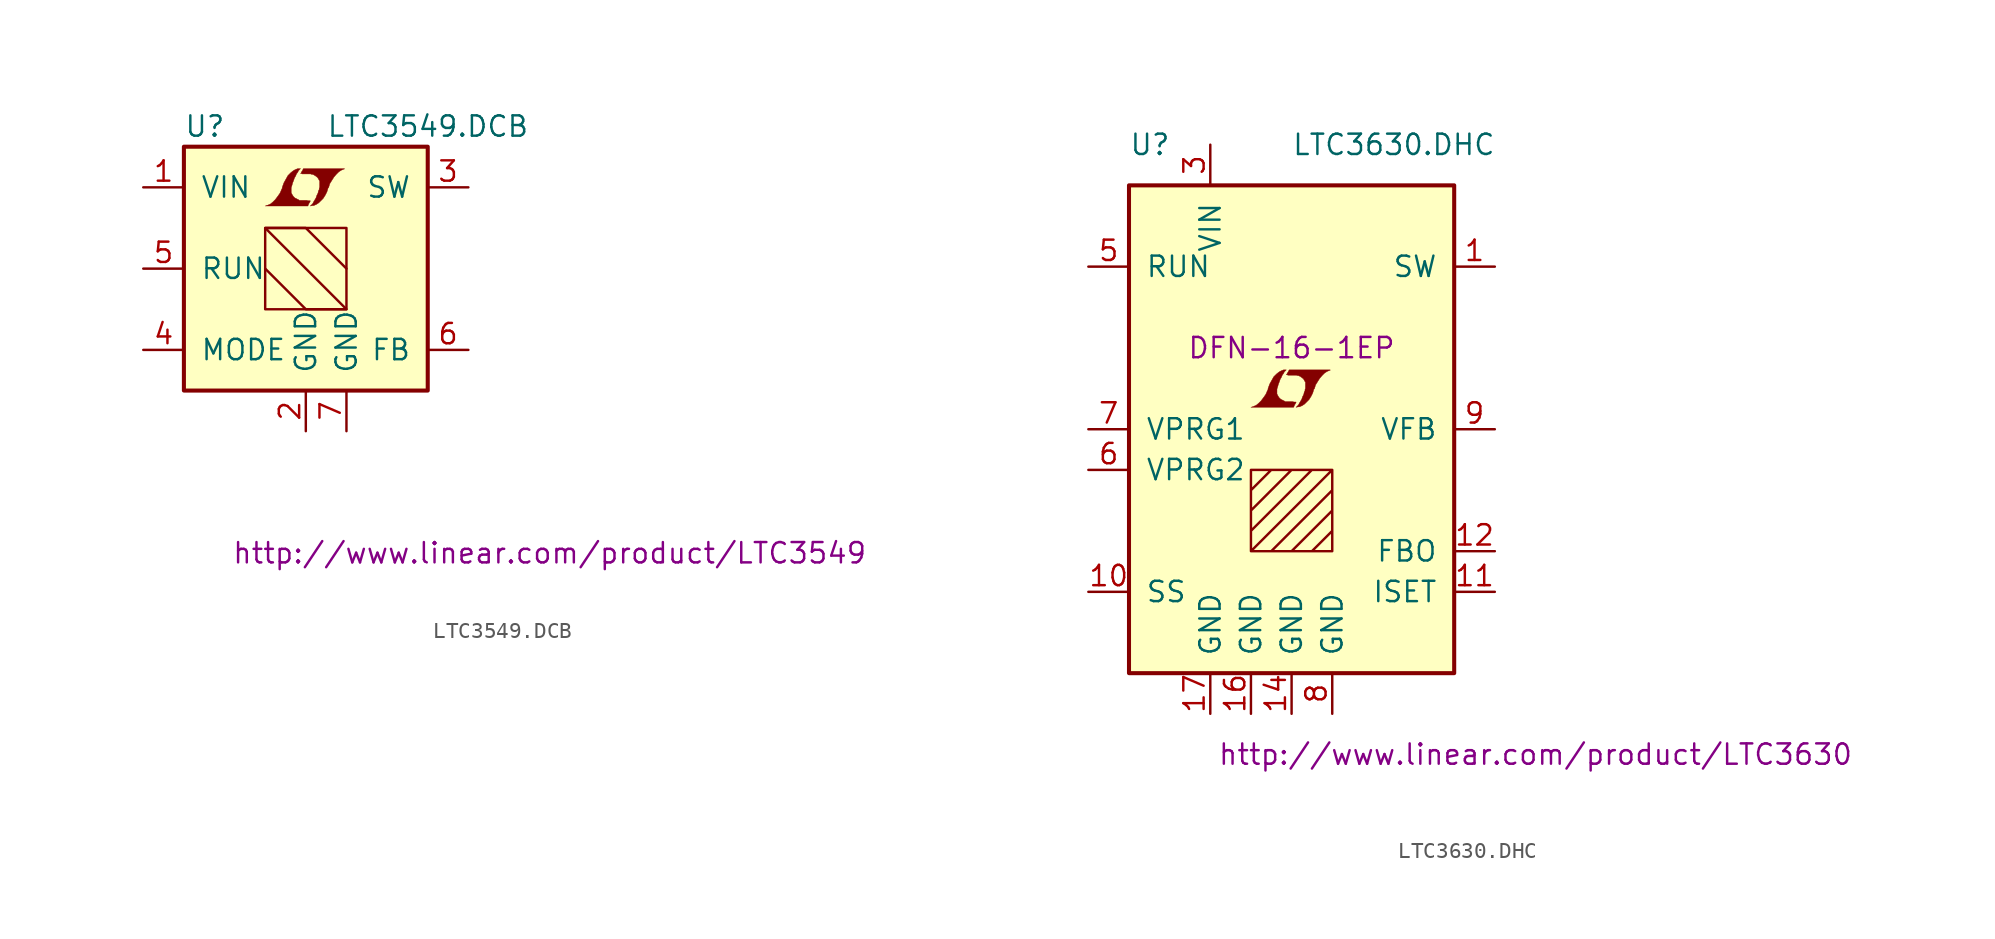
<source format=kicad_sym>
(kicad_symbol_lib
  (version 20201005)
  (generator kicad_symbol_editor)
  (symbol "LTC3549.DCB"
    (pin_names
      (offset 1.016))
    (property "Reference" "U"
      (at -7.62 8.89 0)
      (effects (font (size 1.27 1.27)) (justify left)))
    (property "Value" "LTC3549.DCB"
      (at 1.27 8.89 0)
      (effects (font (size 1.27 1.27)) (justify left)))
    (property "Datasheet" "http://www.linear.com/product/LTC3549"
      (at 15.24 -17.78 0)
      (effects (font (size 1.27 1.27))))
    (symbol "LTC3549.DCB_0_0"
      (polyline (pts (xy 0.203 4.089) (xy 0.229 4.115) (xy 0.279 4.216) (xy 0.279 4.242) (xy 0.152 4.242) (xy 0.051 4.267) (xy -0.406 4.267) (xy -0.432 4.293) (xy -0.686 4.42) (xy -0.787 4.521) (xy -0.864 4.648) (xy -0.914 4.75) (xy -0.914 5.055) (xy -0.864 5.207) (xy -0.838 5.309) (xy -0.813 5.385) (xy -0.762 5.512) (xy -0.711 5.664) (xy -0.635 5.791) (xy -0.584 5.918) (xy -0.508 6.02) (xy -0.457 6.121) (xy -0.33 6.248) (xy -0.508 6.248) (xy -0.635 6.198) (xy -0.737 6.147) (xy -0.813 6.096) (xy -0.94 5.994) (xy -1.118 5.817) (xy -1.372 5.359) (xy -1.473 5.08) (xy -1.473 5.029) (xy -1.524 4.928) (xy -1.575 4.801) (xy -1.626 4.699) (xy -1.753 4.521) (xy -1.905 4.318) (xy -2.057 4.166) (xy -2.21 4.039) (xy -2.388 3.962) (xy -2.54 3.912) (xy 0.127 3.912) (xy 0.203 4.089)) (stroke (width 0.025)) (fill (type outline)))
      (polyline (pts (xy 0.406 3.937) (xy 0.483 3.937) (xy 0.66 4.013) (xy 0.813 4.115) (xy 1.092 4.394) (xy 1.219 4.597) (xy 1.321 4.801) (xy 1.397 5.055) (xy 1.422 5.055) (xy 1.499 5.309) (xy 1.753 5.715) (xy 1.905 5.893) (xy 2.057 6.045) (xy 2.21 6.147) (xy 2.388 6.223) (xy 2.413 6.223) (xy 2.413 6.248) (xy -0.152 6.248) (xy -0.229 6.096) (xy -0.254 6.071) (xy -0.305 5.969) (xy -0.33 5.944) (xy -0.279 5.944) (xy -0.229 5.918) (xy 0.305 5.918) (xy 0.356 5.893) (xy 0.406 5.893) (xy 0.483 5.867) (xy 0.61 5.791) (xy 0.737 5.69) (xy 0.813 5.563) (xy 0.838 5.512) (xy 0.864 5.486) (xy 0.864 5.08) (xy 0.838 5.029) (xy 0.838 4.953) (xy 0.787 4.851) (xy 0.762 4.724) (xy 0.686 4.572) (xy 0.635 4.42) (xy 0.483 4.166) (xy 0.432 4.064) (xy 0.279 3.912) (xy 0.406 3.937)) (stroke (width 0.025)) (fill (type outline))))
    (symbol "LTC3549.DCB_0_1"
      (rectangle (start -7.62 7.62) (end 7.62 -7.62) (stroke (width 0.254)) (fill (type background)))
      (rectangle (start -2.54 2.54) (end 2.54 -2.54) (stroke (width 0)) (fill (type none)))
      (polyline (pts (xy -2.54 0) (xy 0 -2.54) (xy 2.54 -2.54) (xy -2.54 2.54) (xy 0 2.54) (xy 2.54 0)) (stroke (width 0)) (fill (type none))))
    (symbol "LTC3549.DCB_1_1"
      (pin power_in line (at -10.16 5.08 0) (length 2.54) (name "VIN" (effects (font (size 1.27 1.27)))) (number "1" (effects (font (size 1.27 1.27)))))
      (pin power_in line (at 0 -10.16 90) (length 2.54) (name "GND" (effects (font (size 1.27 1.27)))) (number "2" (effects (font (size 1.27 1.27)))))
      (pin passive line (at 10.16 5.08 180) (length 2.54) (name "SW" (effects (font (size 1.27 1.27)))) (number "3" (effects (font (size 1.27 1.27)))))
      (pin passive line (at -10.16 -5.08 0) (length 2.54) (name "MODE" (effects (font (size 1.27 1.27)))) (number "4" (effects (font (size 1.27 1.27)))))
      (pin input line (at -10.16 0 0) (length 2.54) (name "RUN" (effects (font (size 1.27 1.27)))) (number "5" (effects (font (size 1.27 1.27)))))
      (pin passive line (at 10.16 -5.08 180) (length 2.54) (name "FB" (effects (font (size 1.27 1.27)))) (number "6" (effects (font (size 1.27 1.27)))))
      (pin power_in line (at 2.54 -10.16 90) (length 2.54) (name "GND" (effects (font (size 1.27 1.27)))) (number "7" (effects (font (size 1.27 1.27)))))))
  (symbol "LTC3630.DHC"
    (pin_names
      (offset 1.016))
    (property "Reference" "U"
      (at -10.16 17.78 0)
      (effects (font (size 1.27 1.27)) (justify left)))
    (property "Value" "LTC3630.DHC"
      (at 0 17.78 0)
      (effects (font (size 1.27 1.27)) (justify left)))
    (property "Footprint" "DFN-16-1EP"
      (at 0 5.08 0)
      (effects (font (size 1.27 1.27))))
    (property "Datasheet" "http://www.linear.com/product/LTC3630"
      (at 15.24 -20.32 0)
      (effects (font (size 1.27 1.27))))
    (symbol "LTC3630.DHC_0_0"
      (polyline (pts (xy 0.203 1.549) (xy 0.229 1.575) (xy 0.279 1.676) (xy 0.279 1.702) (xy 0.152 1.702) (xy 0.051 1.727) (xy -0.406 1.727) (xy -0.432 1.753) (xy -0.686 1.88) (xy -0.787 1.981) (xy -0.864 2.108) (xy -0.914 2.21) (xy -0.914 2.515) (xy -0.864 2.667) (xy -0.838 2.769) (xy -0.813 2.845) (xy -0.762 2.972) (xy -0.711 3.124) (xy -0.635 3.251) (xy -0.584 3.378) (xy -0.508 3.48) (xy -0.457 3.581) (xy -0.33 3.708) (xy -0.508 3.708) (xy -0.635 3.658) (xy -0.737 3.607) (xy -0.813 3.556) (xy -0.94 3.454) (xy -1.118 3.277) (xy -1.372 2.819) (xy -1.473 2.54) (xy -1.473 2.489) (xy -1.524 2.388) (xy -1.575 2.261) (xy -1.626 2.159) (xy -1.753 1.981) (xy -1.905 1.778) (xy -2.057 1.626) (xy -2.21 1.499) (xy -2.388 1.422) (xy -2.54 1.372) (xy 0.127 1.372) (xy 0.203 1.549)) (stroke (width 0.025)) (fill (type outline)))
      (polyline (pts (xy 0.406 1.397) (xy 0.483 1.397) (xy 0.66 1.473) (xy 0.813 1.575) (xy 1.092 1.854) (xy 1.219 2.057) (xy 1.321 2.261) (xy 1.397 2.515) (xy 1.422 2.515) (xy 1.499 2.769) (xy 1.753 3.175) (xy 1.905 3.353) (xy 2.057 3.505) (xy 2.21 3.607) (xy 2.388 3.683) (xy 2.413 3.683) (xy 2.413 3.708) (xy -0.152 3.708) (xy -0.229 3.556) (xy -0.254 3.531) (xy -0.305 3.429) (xy -0.33 3.404) (xy -0.279 3.404) (xy -0.229 3.378) (xy 0.305 3.378) (xy 0.356 3.353) (xy 0.406 3.353) (xy 0.483 3.327) (xy 0.61 3.251) (xy 0.737 3.15) (xy 0.813 3.023) (xy 0.838 2.972) (xy 0.864 2.946) (xy 0.864 2.54) (xy 0.838 2.489) (xy 0.838 2.413) (xy 0.787 2.311) (xy 0.762 2.184) (xy 0.686 2.032) (xy 0.635 1.88) (xy 0.483 1.626) (xy 0.432 1.524) (xy 0.279 1.372) (xy 0.406 1.397)) (stroke (width 0.025)) (fill (type outline))))
    (symbol "LTC3630.DHC_0_1"
      (rectangle (start -10.16 15.24) (end 10.16 -15.24) (stroke (width 0.254)) (fill (type background)))
      (polyline (pts (xy -2.54 -3.81) (xy -1.27 -2.54) (xy 0 -2.54) (xy -2.54 -5.08) (xy -2.54 -6.35) (xy 1.27 -2.54) (xy 2.54 -2.54) (xy -2.54 -7.62) (xy -1.27 -7.62) (xy 2.54 -3.81) (xy 2.54 -5.08) (xy 0 -7.62) (xy 1.27 -7.62) (xy 2.54 -6.35) (xy 2.54 -7.62) (xy -2.54 -7.62) (xy -2.54 -2.54) (xy 2.54 -2.54) (xy 2.54 -7.62)) (stroke (width 0)) (fill (type none))))
    (symbol "LTC3630.DHC_1_1"
      (pin passive line (at 12.7 10.16 180) (length 2.54) (name "SW" (effects (font (size 1.27 1.27)))) (number "1" (effects (font (size 1.27 1.27)))))
      (pin passive line (at -12.7 -10.16 0) (length 2.54) (name "SS" (effects (font (size 1.27 1.27)))) (number "10" (effects (font (size 1.27 1.27)))))
      (pin passive line (at 12.7 -10.16 180) (length 2.54) (name "ISET" (effects (font (size 1.27 1.27)))) (number "11" (effects (font (size 1.27 1.27)))))
      (pin passive line (at 12.7 -7.62 180) (length 2.54) (name "FBO" (effects (font (size 1.27 1.27)))) (number "12" (effects (font (size 1.27 1.27)))))
      (pin unconnected line (at 5.08 17.78 270) (length 2.54) hide (name "NC" (effects (font (size 1.27 1.27)))) (number "13" (effects (font (size 1.27 1.27)))))
      (pin power_in line (at 0 -17.78 90) (length 2.54) (name "GND" (effects (font (size 1.27 1.27)))) (number "14" (effects (font (size 1.27 1.27)))))
      (pin unconnected line (at 7.62 17.78 270) (length 2.54) hide (name "NC" (effects (font (size 1.27 1.27)))) (number "15" (effects (font (size 1.27 1.27)))))
      (pin power_in line (at -2.54 -17.78 90) (length 2.54) (name "GND" (effects (font (size 1.27 1.27)))) (number "16" (effects (font (size 1.27 1.27)))))
      (pin power_in line (at -5.08 -17.78 90) (length 2.54) (name "GND" (effects (font (size 1.27 1.27)))) (number "17" (effects (font (size 1.27 1.27)))))
      (pin unconnected line (at 0 17.78 270) (length 2.54) hide (name "NC" (effects (font (size 1.27 1.27)))) (number "2" (effects (font (size 1.27 1.27)))))
      (pin power_in line (at -5.08 17.78 270) (length 2.54) (name "VIN" (effects (font (size 1.27 1.27)))) (number "3" (effects (font (size 1.27 1.27)))))
      (pin unconnected line (at 2.54 17.78 270) (length 2.54) hide (name "NC" (effects (font (size 1.27 1.27)))) (number "4" (effects (font (size 1.27 1.27)))))
      (pin input line (at -12.7 10.16 0) (length 2.54) (name "RUN" (effects (font (size 1.27 1.27)))) (number "5" (effects (font (size 1.27 1.27)))))
      (pin input line (at -12.7 -2.54 0) (length 2.54) (name "VPRG2" (effects (font (size 1.27 1.27)))) (number "6" (effects (font (size 1.27 1.27)))))
      (pin input line (at -12.7 0 0) (length 2.54) (name "VPRG1" (effects (font (size 1.27 1.27)))) (number "7" (effects (font (size 1.27 1.27)))))
      (pin power_in line (at 2.54 -17.78 90) (length 2.54) (name "GND" (effects (font (size 1.27 1.27)))) (number "8" (effects (font (size 1.27 1.27)))))
      (pin passive line (at 12.7 0 180) (length 2.54) (name "VFB" (effects (font (size 1.27 1.27)))) (number "9" (effects (font (size 1.27 1.27))))))))
</source>
